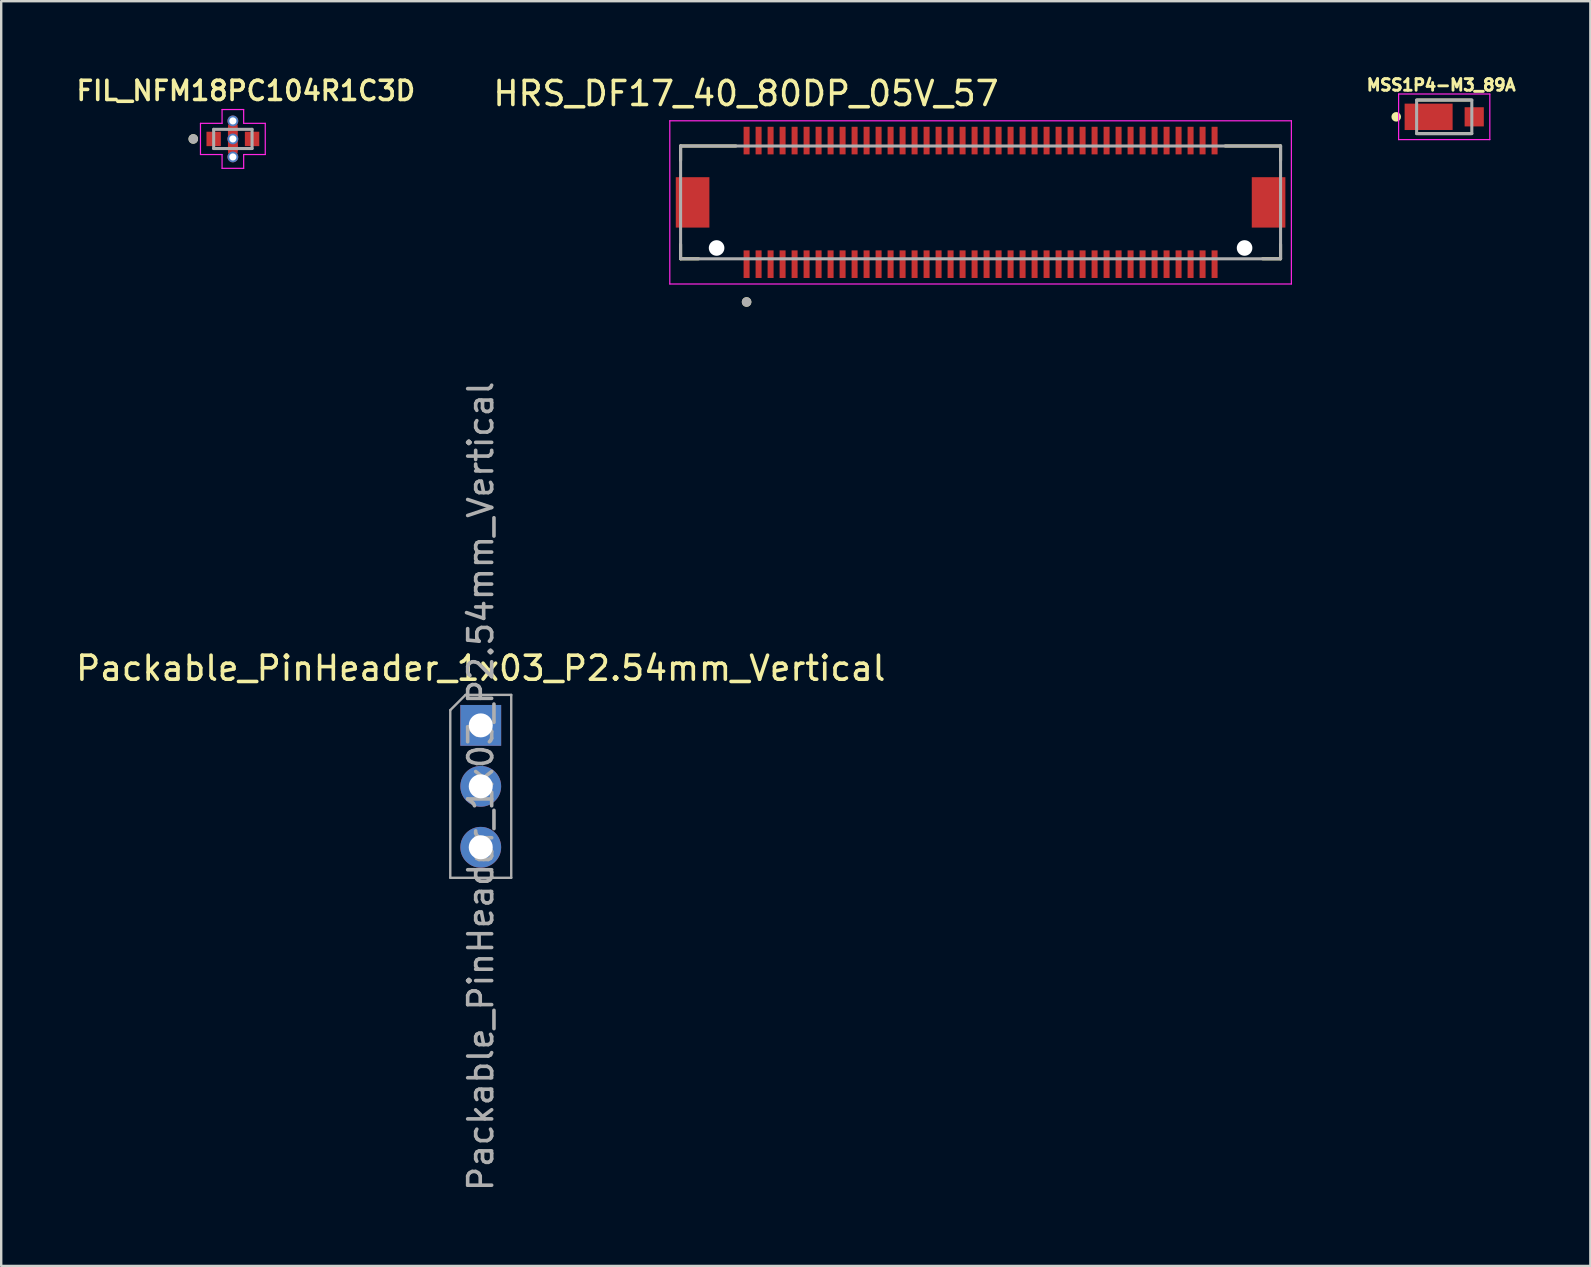
<source format=kicad_pcb>
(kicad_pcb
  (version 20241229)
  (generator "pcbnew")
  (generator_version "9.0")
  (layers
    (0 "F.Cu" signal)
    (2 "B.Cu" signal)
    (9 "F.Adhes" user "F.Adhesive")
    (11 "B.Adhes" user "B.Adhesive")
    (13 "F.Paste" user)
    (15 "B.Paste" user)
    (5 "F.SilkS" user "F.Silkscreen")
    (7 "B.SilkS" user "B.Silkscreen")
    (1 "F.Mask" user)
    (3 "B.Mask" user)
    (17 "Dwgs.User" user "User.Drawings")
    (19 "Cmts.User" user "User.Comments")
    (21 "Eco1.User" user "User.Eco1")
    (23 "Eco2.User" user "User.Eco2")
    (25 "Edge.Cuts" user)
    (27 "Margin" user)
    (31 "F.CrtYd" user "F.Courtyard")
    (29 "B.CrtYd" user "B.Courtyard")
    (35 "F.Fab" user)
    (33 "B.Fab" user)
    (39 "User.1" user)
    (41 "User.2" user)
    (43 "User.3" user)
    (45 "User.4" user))
  (footprint "HRS_DF17_40_80DP_05V_57"
    (layer "F.Cu")
    (at 37.809 5.383)
    (property "Reference" "HRS_DF17_40_80DP_05V_57" (at -9.775 -4.535 0) (layer "F.SilkS") (effects (font (size 1 1) (thickness 0.15))))
    (attr smd)
    (fp_line (start -12.5 -2.35) (end -12.5 -1.75) (stroke (width 0.127) (type solid)) (layer "F.SilkS"))
    (fp_line (start -12.5 2.35) (end -12.5 1.75) (stroke (width 0.127) (type solid)) (layer "F.SilkS"))
    (fp_line (start -12.5 2.35) (end -11.75 2.35) (stroke (width 0.127) (type solid)) (layer "F.SilkS"))
    (fp_line (start -10.195 -2.35) (end -12.5 -2.35) (stroke (width 0.127) (type solid)) (layer "F.SilkS"))
    (fp_line (start 11.75 2.35) (end 12.5 2.35) (stroke (width 0.127) (type solid)) (layer "F.SilkS"))
    (fp_line (start 12.5 -2.35) (end 10.195 -2.35) (stroke (width 0.127) (type solid)) (layer "F.SilkS"))
    (fp_line (start 12.5 -2.35) (end 12.5 -1.75) (stroke (width 0.127) (type solid)) (layer "F.SilkS"))
    (fp_line (start 12.5 2.35) (end 12.5 1.75) (stroke (width 0.127) (type solid)) (layer "F.SilkS"))
    (fp_circle (center -9.75 4.15) (end -9.65 4.15) (stroke (width 0.2) (type solid)) (fill no) (layer "F.SilkS"))
    (fp_line (start -12.95 -3.4) (end -12.95 3.4) (stroke (width 0.05) (type solid)) (layer "F.CrtYd"))
    (fp_line (start -12.95 3.4) (end 12.95 3.4) (stroke (width 0.05) (type solid)) (layer "F.CrtYd"))
    (fp_line (start 12.95 -3.4) (end -12.95 -3.4) (stroke (width 0.05) (type solid)) (layer "F.CrtYd"))
    (fp_line (start 12.95 3.4) (end 12.95 -3.4) (stroke (width 0.05) (type solid)) (layer "F.CrtYd"))
    (fp_line (start -12.5 -2.35) (end -12.5 2.35) (stroke (width 0.127) (type solid)) (layer "F.Fab"))
    (fp_line (start -12.5 2.35) (end 12.5 2.35) (stroke (width 0.127) (type solid)) (layer "F.Fab"))
    (fp_line (start 12.5 -2.35) (end -12.5 -2.35) (stroke (width 0.127) (type solid)) (layer "F.Fab"))
    (fp_line (start 12.5 2.35) (end 12.5 -2.35) (stroke (width 0.127) (type solid)) (layer "F.Fab"))
    (fp_circle (center -9.75 4.15) (end -9.65 4.15) (stroke (width 0.2) (type solid)) (fill no) (layer "F.Fab"))
    (pad "" np_thru_hole circle (at -11 1.9) (size 0.65 0.65) (drill 0.65) (layers "*.Cu" "*.Mask"))
    (pad "" np_thru_hole circle (at 11 1.9) (size 0.65 0.65) (drill 0.65) (layers "*.Cu" "*.Mask"))
    (pad "1" smd rect (at -9.75 2.575) (size 0.25 1.15) (layers "F.Cu" "F.Mask" "F.Paste"))
    (pad "2" smd rect (at -9.75 -2.575) (size 0.25 1.15) (layers "F.Cu" "F.Mask" "F.Paste"))
    (pad "3" smd rect (at -9.25 2.575) (size 0.25 1.15) (layers "F.Cu" "F.Mask" "F.Paste"))
    (pad "4" smd rect (at -9.25 -2.575) (size 0.25 1.15) (layers "F.Cu" "F.Mask" "F.Paste"))
    (pad "5" smd rect (at -8.75 2.575) (size 0.25 1.15) (layers "F.Cu" "F.Mask" "F.Paste"))
    (pad "6" smd rect (at -8.75 -2.575) (size 0.25 1.15) (layers "F.Cu" "F.Mask" "F.Paste"))
    (pad "7" smd rect (at -8.25 2.575) (size 0.25 1.15) (layers "F.Cu" "F.Mask" "F.Paste"))
    (pad "8" smd rect (at -8.25 -2.575) (size 0.25 1.15) (layers "F.Cu" "F.Mask" "F.Paste"))
    (pad "9" smd rect (at -7.75 2.575) (size 0.25 1.15) (layers "F.Cu" "F.Mask" "F.Paste"))
    (pad "10" smd rect (at -7.75 -2.575) (size 0.25 1.15) (layers "F.Cu" "F.Mask" "F.Paste"))
    (pad "11" smd rect (at -7.25 2.575) (size 0.25 1.15) (layers "F.Cu" "F.Mask" "F.Paste"))
    (pad "12" smd rect (at -7.25 -2.575) (size 0.25 1.15) (layers "F.Cu" "F.Mask" "F.Paste"))
    (pad "13" smd rect (at -6.75 2.575) (size 0.25 1.15) (layers "F.Cu" "F.Mask" "F.Paste"))
    (pad "14" smd rect (at -6.75 -2.575) (size 0.25 1.15) (layers "F.Cu" "F.Mask" "F.Paste"))
    (pad "15" smd rect (at -6.25 2.575) (size 0.25 1.15) (layers "F.Cu" "F.Mask" "F.Paste"))
    (pad "16" smd rect (at -6.25 -2.575) (size 0.25 1.15) (layers "F.Cu" "F.Mask" "F.Paste"))
    (pad "17" smd rect (at -5.75 2.575) (size 0.25 1.15) (layers "F.Cu" "F.Mask" "F.Paste"))
    (pad "18" smd rect (at -5.75 -2.575) (size 0.25 1.15) (layers "F.Cu" "F.Mask" "F.Paste"))
    (pad "19" smd rect (at -5.25 2.575) (size 0.25 1.15) (layers "F.Cu" "F.Mask" "F.Paste"))
    (pad "20" smd rect (at -5.25 -2.575) (size 0.25 1.15) (layers "F.Cu" "F.Mask" "F.Paste"))
    (pad "21" smd rect (at -4.75 2.575) (size 0.25 1.15) (layers "F.Cu" "F.Mask" "F.Paste"))
    (pad "22" smd rect (at -4.75 -2.575) (size 0.25 1.15) (layers "F.Cu" "F.Mask" "F.Paste"))
    (pad "23" smd rect (at -4.25 2.575) (size 0.25 1.15) (layers "F.Cu" "F.Mask" "F.Paste"))
    (pad "24" smd rect (at -4.25 -2.575) (size 0.25 1.15) (layers "F.Cu" "F.Mask" "F.Paste"))
    (pad "25" smd rect (at -3.75 2.575) (size 0.25 1.15) (layers "F.Cu" "F.Mask" "F.Paste"))
    (pad "26" smd rect (at -3.75 -2.575) (size 0.25 1.15) (layers "F.Cu" "F.Mask" "F.Paste"))
    (pad "27" smd rect (at -3.25 2.575) (size 0.25 1.15) (layers "F.Cu" "F.Mask" "F.Paste"))
    (pad "28" smd rect (at -3.25 -2.575) (size 0.25 1.15) (layers "F.Cu" "F.Mask" "F.Paste"))
    (pad "29" smd rect (at -2.75 2.575) (size 0.25 1.15) (layers "F.Cu" "F.Mask" "F.Paste"))
    (pad "30" smd rect (at -2.75 -2.575) (size 0.25 1.15) (layers "F.Cu" "F.Mask" "F.Paste"))
    (pad "31" smd rect (at -2.25 2.575) (size 0.25 1.15) (layers "F.Cu" "F.Mask" "F.Paste"))
    (pad "32" smd rect (at -2.25 -2.575) (size 0.25 1.15) (layers "F.Cu" "F.Mask" "F.Paste"))
    (pad "33" smd rect (at -1.75 2.575) (size 0.25 1.15) (layers "F.Cu" "F.Mask" "F.Paste"))
    (pad "34" smd rect (at -1.75 -2.575) (size 0.25 1.15) (layers "F.Cu" "F.Mask" "F.Paste"))
    (pad "35" smd rect (at -1.25 2.575) (size 0.25 1.15) (layers "F.Cu" "F.Mask" "F.Paste"))
    (pad "36" smd rect (at -1.25 -2.575) (size 0.25 1.15) (layers "F.Cu" "F.Mask" "F.Paste"))
    (pad "37" smd rect (at -0.75 2.575) (size 0.25 1.15) (layers "F.Cu" "F.Mask" "F.Paste"))
    (pad "38" smd rect (at -0.75 -2.575) (size 0.25 1.15) (layers "F.Cu" "F.Mask" "F.Paste"))
    (pad "39" smd rect (at -0.25 2.575) (size 0.25 1.15) (layers "F.Cu" "F.Mask" "F.Paste"))
    (pad "40" smd rect (at -0.25 -2.575) (size 0.25 1.15) (layers "F.Cu" "F.Mask" "F.Paste"))
    (pad "41" smd rect (at 0.25 2.575) (size 0.25 1.15) (layers "F.Cu" "F.Mask" "F.Paste"))
    (pad "42" smd rect (at 0.25 -2.575) (size 0.25 1.15) (layers "F.Cu" "F.Mask" "F.Paste"))
    (pad "43" smd rect (at 0.75 2.575) (size 0.25 1.15) (layers "F.Cu" "F.Mask" "F.Paste"))
    (pad "44" smd rect (at 0.75 -2.575) (size 0.25 1.15) (layers "F.Cu" "F.Mask" "F.Paste"))
    (pad "45" smd rect (at 1.25 2.575) (size 0.25 1.15) (layers "F.Cu" "F.Mask" "F.Paste"))
    (pad "46" smd rect (at 1.25 -2.575) (size 0.25 1.15) (layers "F.Cu" "F.Mask" "F.Paste"))
    (pad "47" smd rect (at 1.75 2.575) (size 0.25 1.15) (layers "F.Cu" "F.Mask" "F.Paste"))
    (pad "48" smd rect (at 1.75 -2.575) (size 0.25 1.15) (layers "F.Cu" "F.Mask" "F.Paste"))
    (pad "49" smd rect (at 2.25 2.575) (size 0.25 1.15) (layers "F.Cu" "F.Mask" "F.Paste"))
    (pad "50" smd rect (at 2.25 -2.575) (size 0.25 1.15) (layers "F.Cu" "F.Mask" "F.Paste"))
    (pad "51" smd rect (at 2.75 2.575) (size 0.25 1.15) (layers "F.Cu" "F.Mask" "F.Paste"))
    (pad "52" smd rect (at 2.75 -2.575) (size 0.25 1.15) (layers "F.Cu" "F.Mask" "F.Paste"))
    (pad "53" smd rect (at 3.25 2.575) (size 0.25 1.15) (layers "F.Cu" "F.Mask" "F.Paste"))
    (pad "54" smd rect (at 3.25 -2.575) (size 0.25 1.15) (layers "F.Cu" "F.Mask" "F.Paste"))
    (pad "55" smd rect (at 3.75 2.575) (size 0.25 1.15) (layers "F.Cu" "F.Mask" "F.Paste"))
    (pad "56" smd rect (at 3.75 -2.575) (size 0.25 1.15) (layers "F.Cu" "F.Mask" "F.Paste"))
    (pad "57" smd rect (at 4.25 2.575) (size 0.25 1.15) (layers "F.Cu" "F.Mask" "F.Paste"))
    (pad "58" smd rect (at 4.25 -2.575) (size 0.25 1.15) (layers "F.Cu" "F.Mask" "F.Paste"))
    (pad "59" smd rect (at 4.75 2.575) (size 0.25 1.15) (layers "F.Cu" "F.Mask" "F.Paste"))
    (pad "60" smd rect (at 4.75 -2.575) (size 0.25 1.15) (layers "F.Cu" "F.Mask" "F.Paste"))
    (pad "61" smd rect (at 5.25 2.575) (size 0.25 1.15) (layers "F.Cu" "F.Mask" "F.Paste"))
    (pad "62" smd rect (at 5.25 -2.575) (size 0.25 1.15) (layers "F.Cu" "F.Mask" "F.Paste"))
    (pad "63" smd rect (at 5.75 2.575) (size 0.25 1.15) (layers "F.Cu" "F.Mask" "F.Paste"))
    (pad "64" smd rect (at 5.75 -2.575) (size 0.25 1.15) (layers "F.Cu" "F.Mask" "F.Paste"))
    (pad "65" smd rect (at 6.25 2.575) (size 0.25 1.15) (layers "F.Cu" "F.Mask" "F.Paste"))
    (pad "66" smd rect (at 6.25 -2.575) (size 0.25 1.15) (layers "F.Cu" "F.Mask" "F.Paste"))
    (pad "67" smd rect (at 6.75 2.575) (size 0.25 1.15) (layers "F.Cu" "F.Mask" "F.Paste"))
    (pad "68" smd rect (at 6.75 -2.575) (size 0.25 1.15) (layers "F.Cu" "F.Mask" "F.Paste"))
    (pad "69" smd rect (at 7.25 2.575) (size 0.25 1.15) (layers "F.Cu" "F.Mask" "F.Paste"))
    (pad "70" smd rect (at 7.25 -2.575) (size 0.25 1.15) (layers "F.Cu" "F.Mask" "F.Paste"))
    (pad "71" smd rect (at 7.75 2.575) (size 0.25 1.15) (layers "F.Cu" "F.Mask" "F.Paste"))
    (pad "72" smd rect (at 7.75 -2.575) (size 0.25 1.15) (layers "F.Cu" "F.Mask" "F.Paste"))
    (pad "73" smd rect (at 8.25 2.575) (size 0.25 1.15) (layers "F.Cu" "F.Mask" "F.Paste"))
    (pad "74" smd rect (at 8.25 -2.575) (size 0.25 1.15) (layers "F.Cu" "F.Mask" "F.Paste"))
    (pad "75" smd rect (at 8.75 2.575) (size 0.25 1.15) (layers "F.Cu" "F.Mask" "F.Paste"))
    (pad "76" smd rect (at 8.75 -2.575) (size 0.25 1.15) (layers "F.Cu" "F.Mask" "F.Paste"))
    (pad "77" smd rect (at 9.25 2.575) (size 0.25 1.15) (layers "F.Cu" "F.Mask" "F.Paste"))
    (pad "78" smd rect (at 9.25 -2.575) (size 0.25 1.15) (layers "F.Cu" "F.Mask" "F.Paste"))
    (pad "79" smd rect (at 9.75 2.575) (size 0.25 1.15) (layers "F.Cu" "F.Mask" "F.Paste"))
    (pad "80" smd rect (at 9.75 -2.575) (size 0.25 1.15) (layers "F.Cu" "F.Mask" "F.Paste"))
    (pad "GND" smd rect (at -12 0) (size 1.4 2.1) (layers "F.Cu" "F.Mask" "F.Paste"))
    (pad "GND" smd rect (at 12 0) (size 1.4 2.1) (layers "F.Cu" "F.Mask" "F.Paste"))
    (zone (net_name "") (layer "F.Cu") (hatch full 0.508) (connect_pads) (min_thickness 0.01) (filled_areas_thickness no) (keepout (tracks not_allowed) (vias not_allowed) (pads not_allowed) (copperpour not_allowed) (footprints allowed)) (placement (enabled no)) (fill) (polygon (pts (xy 26.509 3.383) (xy 49.109 3.383) (xy 49.109 7.383) (xy 26.509 7.383))))
    (zone (net_name "") (layers "F.Cu" "B.Cu") (hatch full 0.508) (connect_pads) (min_thickness 0.01) (filled_areas_thickness no) (keepout (tracks allowed) (vias not_allowed) (pads allowed) (copperpour allowed) (footprints allowed)) (placement (enabled no)) (fill) (polygon (pts (xy 26.509 3.383) (xy 49.109 3.383) (xy 49.109 7.383) (xy 26.509 7.383)))))
  (footprint "MSS1P4-M3_89A"
    (layer "F.Cu")
    (at 57.128 1.818)
    (property "Reference" "MSS1P4-M3_89A" (at -0.127 -1.325 0) (layer "F.SilkS") (effects (font (size 0.482 0.482) (thickness 0.12))))
    (attr smd)
    (fp_line (start -1.1 -0.7) (end 1.1 -0.7) (stroke (width 0.127) (type solid)) (layer "F.SilkS"))
    (fp_line (start 1.1 0.7) (end -1.1 0.7) (stroke (width 0.127) (type solid)) (layer "F.SilkS"))
    (fp_circle (center -2 0) (end -1.9 0) (stroke (width 0.2) (type solid)) (fill no) (layer "F.SilkS"))
    (fp_line (start -1.9 -0.95) (end 1.9 -0.95) (stroke (width 0.05) (type solid)) (layer "F.CrtYd"))
    (fp_line (start -1.9 0.95) (end -1.9 -0.95) (stroke (width 0.05) (type solid)) (layer "F.CrtYd"))
    (fp_line (start 1.9 -0.95) (end 1.9 0.95) (stroke (width 0.05) (type solid)) (layer "F.CrtYd"))
    (fp_line (start 1.9 0.95) (end -1.9 0.95) (stroke (width 0.05) (type solid)) (layer "F.CrtYd"))
    (fp_line (start -1.15 -0.7) (end 1.15 -0.7) (stroke (width 0.127) (type solid)) (layer "F.Fab"))
    (fp_line (start -1.15 0.7) (end -1.15 -0.7) (stroke (width 0.127) (type solid)) (layer "F.Fab"))
    (fp_line (start 1.15 -0.7) (end 1.15 0.7) (stroke (width 0.127) (type solid)) (layer "F.Fab"))
    (fp_line (start 1.15 0.7) (end -1.15 0.7) (stroke (width 0.127) (type solid)) (layer "F.Fab"))
    (pad "1" smd rect (at -0.65 0) (size 2 1.1) (layers "F.Cu" "F.Mask" "F.Paste"))
    (pad "2" smd rect (at 1.25 0) (size 0.8 0.8) (layers "F.Cu" "F.Mask" "F.Paste")))
  (footprint "FIL_NFM18PC104R1C3D"
    (layer "F.Cu")
    (at 6.653 2.739)
    (property "Reference" "FIL_NFM18PC104R1C3D" (at 0.54 -2.008 0) (layer "F.SilkS") (effects (font (size 0.8 0.8) (thickness 0.15))))
    (attr smd)
    (fp_poly (pts (xy -1.1 -0.3) (xy -0.5 -0.3) (xy -0.5 0.3) (xy -1.1 0.3)) (stroke (width 0.01) (type solid)) (fill yes) (layer "F.Mask"))
    (fp_poly (pts (xy -0.2 -0.6) (xy 0.2 -0.6) (xy 0.2 -0.2) (xy -0.2 -0.2)) (stroke (width 0.01) (type solid)) (fill yes) (layer "F.Mask"))
    (fp_poly (pts (xy -0.2 0.2) (xy 0.2 0.2) (xy 0.2 0.6) (xy -0.2 0.6)) (stroke (width 0.01) (type solid)) (fill yes) (layer "F.Mask"))
    (fp_poly (pts (xy 0.5 -0.3) (xy 1.1 -0.3) (xy 1.1 0.3) (xy 0.5 0.3)) (stroke (width 0.01) (type solid)) (fill yes) (layer "F.Mask"))
    (fp_circle (center -1.65 0) (end -1.55 0) (stroke (width 0.2) (type solid)) (fill no) (layer "F.SilkS"))
    (fp_line (start -1.35 -0.65) (end -0.45 -0.65) (stroke (width 0.05) (type solid)) (layer "F.CrtYd"))
    (fp_line (start -1.35 0.65) (end -1.35 -0.65) (stroke (width 0.05) (type solid)) (layer "F.CrtYd"))
    (fp_line (start -0.45 -1.225) (end 0.45 -1.225) (stroke (width 0.05) (type solid)) (layer "F.CrtYd"))
    (fp_line (start -0.45 -0.65) (end -0.45 -1.225) (stroke (width 0.05) (type solid)) (layer "F.CrtYd"))
    (fp_line (start -0.45 0.65) (end -1.35 0.65) (stroke (width 0.05) (type solid)) (layer "F.CrtYd"))
    (fp_line (start -0.45 1.225) (end -0.45 0.65) (stroke (width 0.05) (type solid)) (layer "F.CrtYd"))
    (fp_line (start 0.45 -1.225) (end 0.45 -0.65) (stroke (width 0.05) (type solid)) (layer "F.CrtYd"))
    (fp_line (start 0.45 -0.65) (end 1.35 -0.65) (stroke (width 0.05) (type solid)) (layer "F.CrtYd"))
    (fp_line (start 0.45 0.65) (end 0.45 1.225) (stroke (width 0.05) (type solid)) (layer "F.CrtYd"))
    (fp_line (start 0.45 1.225) (end -0.45 1.225) (stroke (width 0.05) (type solid)) (layer "F.CrtYd"))
    (fp_line (start 1.35 -0.65) (end 1.35 0.65) (stroke (width 0.05) (type solid)) (layer "F.CrtYd"))
    (fp_line (start 1.35 0.65) (end 0.45 0.65) (stroke (width 0.05) (type solid)) (layer "F.CrtYd"))
    (fp_line (start -0.8 -0.4) (end -0.8 0.4) (stroke (width 0.127) (type solid)) (layer "F.Fab"))
    (fp_line (start -0.8 0.4) (end 0.8 0.4) (stroke (width 0.127) (type solid)) (layer "F.Fab"))
    (fp_line (start 0.8 -0.4) (end -0.8 -0.4) (stroke (width 0.127) (type solid)) (layer "F.Fab"))
    (fp_line (start 0.8 0.4) (end 0.8 -0.4) (stroke (width 0.127) (type solid)) (layer "F.Fab"))
    (fp_circle (center -1.65 0) (end -1.55 0) (stroke (width 0.2) (type solid)) (fill no) (layer "F.Fab"))
    (pad "1" smd rect (at -0.8 0) (size 0.6 0.6) (layers "F.Cu" "F.Paste"))
    (pad "2" thru_hole circle (at 0 -0.75) (size 0.45 0.45) (drill 0.3) (layers "*.Cu"))
    (pad "2" smd custom (at 0 -0.4) (size 0.4 0.4) (layers "F.Cu" "F.Paste") (options (anchor rect)) (primitives (gr_poly (pts (xy -0.2 -0.1) (xy 0.2 -0.1) (xy 0.2 0.9) (xy -0.2 0.9)) (width 0.01) (fill yes))))
    (pad "2" thru_hole circle (at 0 0) (size 0.45 0.45) (drill 0.3) (layers "*.Cu"))
    (pad "2" smd rect (at 0 0.4) (size 0.4 0.4) (layers "F.Cu" "F.Paste"))
    (pad "2" thru_hole circle (at 0 0.75) (size 0.45 0.45) (drill 0.3) (layers "*.Cu"))
    (pad "3" smd rect (at 0.8 0) (size 0.6 0.6) (layers "F.Cu" "F.Paste")))
  (footprint "Packable_PinHeader_1x03_P2.54mm_Vertical"
    (layer "F.Cu")
    (at 16.982 27.175)
    (property "Reference" "Packable_PinHeader_1x03_P2.54mm_Vertical" (at 0 -2.38 0) (layer "F.SilkS") (effects (font (size 1 1) (thickness 0.15))))
    (attr through_hole)
    (fp_line (start -1.27 -0.635) (end -0.635 -1.27) (stroke (width 0.1) (type solid)) (layer "F.Fab"))
    (fp_line (start -1.27 6.35) (end -1.27 -0.635) (stroke (width 0.1) (type solid)) (layer "F.Fab"))
    (fp_line (start -0.635 -1.27) (end 1.27 -1.27) (stroke (width 0.1) (type solid)) (layer "F.Fab"))
    (fp_line (start 1.27 -1.27) (end 1.27 6.35) (stroke (width 0.1) (type solid)) (layer "F.Fab"))
    (fp_line (start 1.27 6.35) (end -1.27 6.35) (stroke (width 0.1) (type solid)) (layer "F.Fab"))
    (fp_text user "${REFERENCE}" (at 0 2.54 90) (layer "F.Fab") (effects (font (size 1 1) (thickness 0.15))))
    (pad "1" thru_hole rect (at 0 0) (size 1.7 1.7) (drill 1) (layers "*.Cu" "*.Mask"))
    (pad "2" thru_hole circle (at 0 2.54) (size 1.7 1.7) (drill 1) (layers "*.Cu" "*.Mask"))
    (pad "3" thru_hole circle (at 0 5.08) (size 1.7 1.7) (drill 1) (layers "*.Cu" "*.Mask")))
  (gr_rect
    (start -3 -3)
    (end 63.217 49.698)
    (stroke (width 0.1) (type default))
    (fill no)
    (layer "Edge.Cuts")))
</source>
